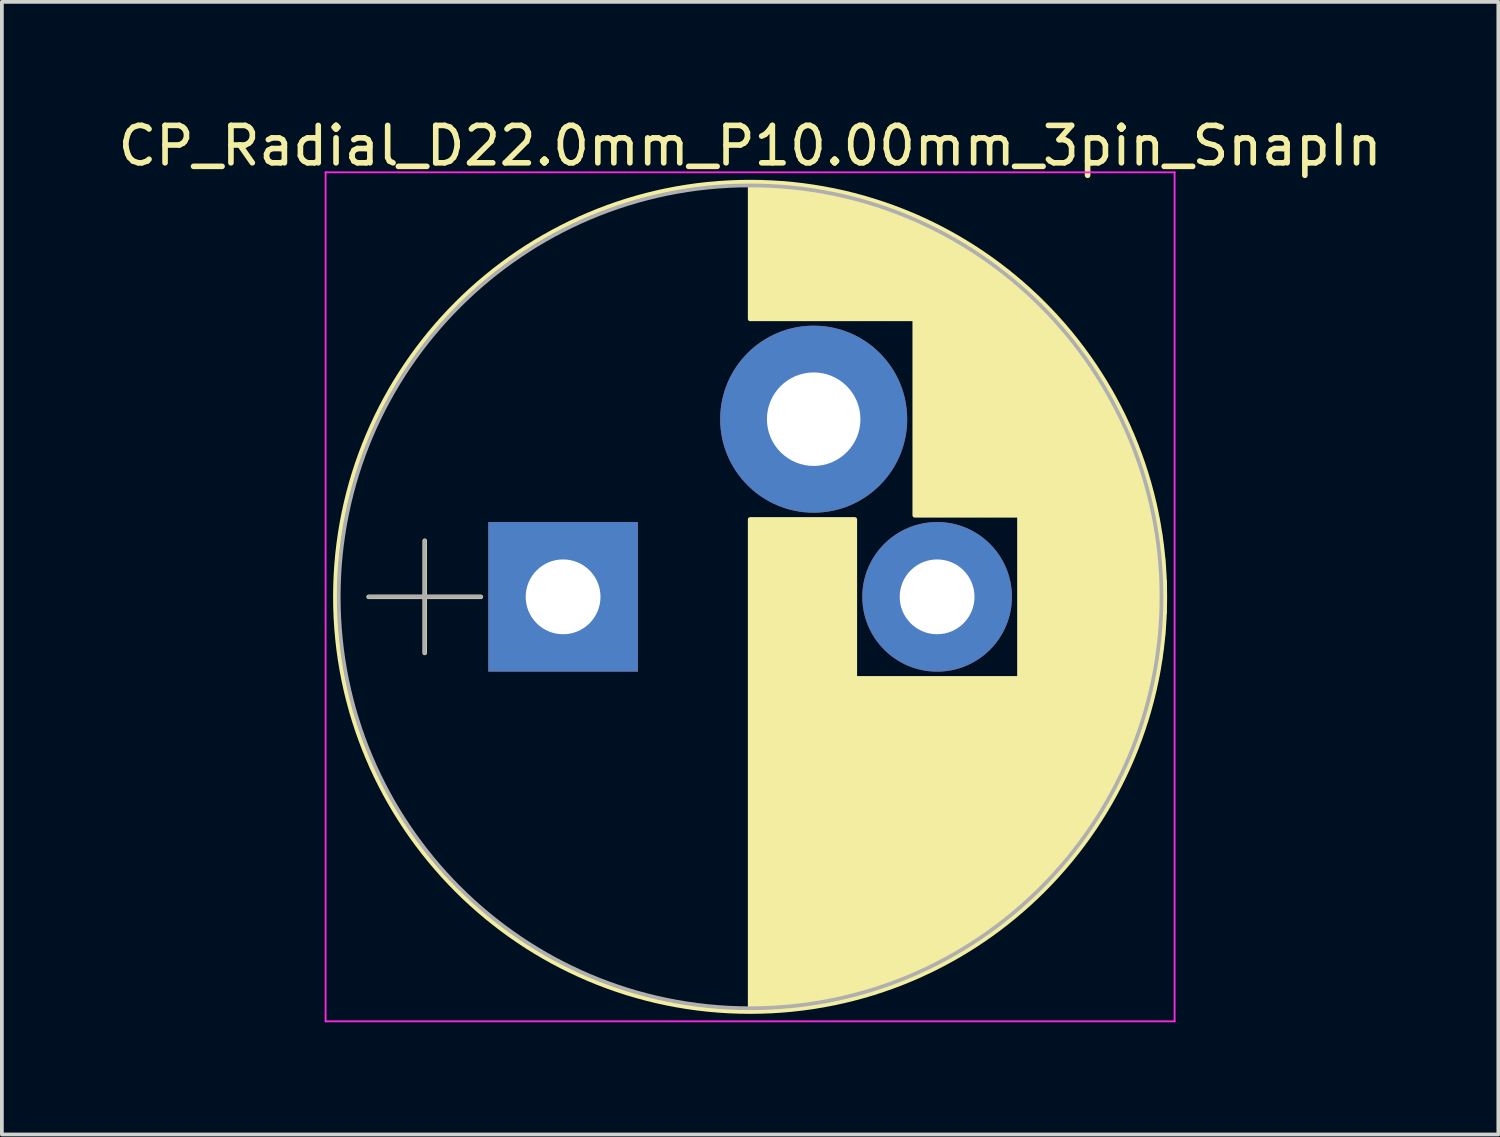
<source format=kicad_pcb>
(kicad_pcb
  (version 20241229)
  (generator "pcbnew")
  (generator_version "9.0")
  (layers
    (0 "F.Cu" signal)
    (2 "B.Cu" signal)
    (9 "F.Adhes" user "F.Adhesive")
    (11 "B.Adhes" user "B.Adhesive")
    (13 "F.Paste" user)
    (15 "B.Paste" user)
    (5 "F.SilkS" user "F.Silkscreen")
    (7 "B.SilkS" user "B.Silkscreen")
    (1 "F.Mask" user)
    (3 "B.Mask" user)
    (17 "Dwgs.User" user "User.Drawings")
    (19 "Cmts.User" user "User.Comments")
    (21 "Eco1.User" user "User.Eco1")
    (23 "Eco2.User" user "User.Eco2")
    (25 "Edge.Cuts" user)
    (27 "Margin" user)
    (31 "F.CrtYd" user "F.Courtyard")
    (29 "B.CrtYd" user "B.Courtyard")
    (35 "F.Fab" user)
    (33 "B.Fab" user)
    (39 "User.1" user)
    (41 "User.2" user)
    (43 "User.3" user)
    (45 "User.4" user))
  (footprint "CP_Radial_D22.0mm_P10.00mm_3pin_SnapIn"
    (layer "F.Cu")
    (at 12.006 12.908)
    (property "Reference" "CP_Radial_D22.0mm_P10.00mm_3pin_SnapIn" (at 5 -12.06 0) (layer "F.SilkS") (effects (font (size 1 1) (thickness 0.15))))
    (attr through_hole)
    (fp_line (start -5.2 0) (end -2.2 0) (stroke (width 0.12) (type solid)) (layer "F.SilkS"))
    (fp_line (start -3.7 -1.5) (end -3.7 1.5) (stroke (width 0.12) (type solid)) (layer "F.SilkS"))
    (fp_line (start 5 -11.05) (end 5 -7.43) (stroke (width 0.12) (type solid)) (layer "F.SilkS"))
    (fp_line (start 5 -2.07) (end 5 11.05) (stroke (width 0.12) (type solid)) (layer "F.SilkS"))
    (fp_line (start 5.04 -11.05) (end 5.04 -7.43) (stroke (width 0.12) (type solid)) (layer "F.SilkS"))
    (fp_line (start 5.04 -2.07) (end 5.04 11.05) (stroke (width 0.12) (type solid)) (layer "F.SilkS"))
    (fp_line (start 5.08 -11.05) (end 5.08 -7.43) (stroke (width 0.12) (type solid)) (layer "F.SilkS"))
    (fp_line (start 5.08 -2.07) (end 5.08 11.05) (stroke (width 0.12) (type solid)) (layer "F.SilkS"))
    (fp_line (start 5.12 -11.05) (end 5.12 -7.43) (stroke (width 0.12) (type solid)) (layer "F.SilkS"))
    (fp_line (start 5.12 -2.07) (end 5.12 11.05) (stroke (width 0.12) (type solid)) (layer "F.SilkS"))
    (fp_line (start 5.16 -11.049) (end 5.16 -7.43) (stroke (width 0.12) (type solid)) (layer "F.SilkS"))
    (fp_line (start 5.16 -2.07) (end 5.16 11.049) (stroke (width 0.12) (type solid)) (layer "F.SilkS"))
    (fp_line (start 5.2 -11.049) (end 5.2 -7.43) (stroke (width 0.12) (type solid)) (layer "F.SilkS"))
    (fp_line (start 5.2 -2.07) (end 5.2 11.049) (stroke (width 0.12) (type solid)) (layer "F.SilkS"))
    (fp_line (start 5.24 -11.048) (end 5.24 -7.43) (stroke (width 0.12) (type solid)) (layer "F.SilkS"))
    (fp_line (start 5.24 -2.07) (end 5.24 11.048) (stroke (width 0.12) (type solid)) (layer "F.SilkS"))
    (fp_line (start 5.28 -11.047) (end 5.28 -7.43) (stroke (width 0.12) (type solid)) (layer "F.SilkS"))
    (fp_line (start 5.28 -2.07) (end 5.28 11.047) (stroke (width 0.12) (type solid)) (layer "F.SilkS"))
    (fp_line (start 5.32 -11.046) (end 5.32 -7.43) (stroke (width 0.12) (type solid)) (layer "F.SilkS"))
    (fp_line (start 5.32 -2.07) (end 5.32 11.046) (stroke (width 0.12) (type solid)) (layer "F.SilkS"))
    (fp_line (start 5.36 -11.045) (end 5.36 -7.43) (stroke (width 0.12) (type solid)) (layer "F.SilkS"))
    (fp_line (start 5.36 -2.07) (end 5.36 11.045) (stroke (width 0.12) (type solid)) (layer "F.SilkS"))
    (fp_line (start 5.4 -11.043) (end 5.4 -7.43) (stroke (width 0.12) (type solid)) (layer "F.SilkS"))
    (fp_line (start 5.4 -2.07) (end 5.4 11.043) (stroke (width 0.12) (type solid)) (layer "F.SilkS"))
    (fp_line (start 5.44 -11.042) (end 5.44 -7.43) (stroke (width 0.12) (type solid)) (layer "F.SilkS"))
    (fp_line (start 5.44 -2.07) (end 5.44 11.042) (stroke (width 0.12) (type solid)) (layer "F.SilkS"))
    (fp_line (start 5.48 -11.04) (end 5.48 -7.43) (stroke (width 0.12) (type solid)) (layer "F.SilkS"))
    (fp_line (start 5.48 -2.07) (end 5.48 11.04) (stroke (width 0.12) (type solid)) (layer "F.SilkS"))
    (fp_line (start 5.52 -11.038) (end 5.52 -7.43) (stroke (width 0.12) (type solid)) (layer "F.SilkS"))
    (fp_line (start 5.52 -2.07) (end 5.52 11.038) (stroke (width 0.12) (type solid)) (layer "F.SilkS"))
    (fp_line (start 5.56 -11.036) (end 5.56 -7.43) (stroke (width 0.12) (type solid)) (layer "F.SilkS"))
    (fp_line (start 5.56 -2.07) (end 5.56 11.036) (stroke (width 0.12) (type solid)) (layer "F.SilkS"))
    (fp_line (start 5.6 -11.034) (end 5.6 -7.43) (stroke (width 0.12) (type solid)) (layer "F.SilkS"))
    (fp_line (start 5.6 -2.07) (end 5.6 11.034) (stroke (width 0.12) (type solid)) (layer "F.SilkS"))
    (fp_line (start 5.64 -11.032) (end 5.64 -7.43) (stroke (width 0.12) (type solid)) (layer "F.SilkS"))
    (fp_line (start 5.64 -2.07) (end 5.64 11.032) (stroke (width 0.12) (type solid)) (layer "F.SilkS"))
    (fp_line (start 5.68 -11.03) (end 5.68 -7.43) (stroke (width 0.12) (type solid)) (layer "F.SilkS"))
    (fp_line (start 5.68 -2.07) (end 5.68 11.03) (stroke (width 0.12) (type solid)) (layer "F.SilkS"))
    (fp_line (start 5.721 -11.027) (end 5.721 -7.43) (stroke (width 0.12) (type solid)) (layer "F.SilkS"))
    (fp_line (start 5.721 -2.07) (end 5.721 11.027) (stroke (width 0.12) (type solid)) (layer "F.SilkS"))
    (fp_line (start 5.761 -11.024) (end 5.761 -7.43) (stroke (width 0.12) (type solid)) (layer "F.SilkS"))
    (fp_line (start 5.761 -2.07) (end 5.761 11.024) (stroke (width 0.12) (type solid)) (layer "F.SilkS"))
    (fp_line (start 5.801 -11.022) (end 5.801 -7.43) (stroke (width 0.12) (type solid)) (layer "F.SilkS"))
    (fp_line (start 5.801 -2.07) (end 5.801 11.022) (stroke (width 0.12) (type solid)) (layer "F.SilkS"))
    (fp_line (start 5.841 -11.019) (end 5.841 -7.43) (stroke (width 0.12) (type solid)) (layer "F.SilkS"))
    (fp_line (start 5.841 -2.07) (end 5.841 11.019) (stroke (width 0.12) (type solid)) (layer "F.SilkS"))
    (fp_line (start 5.881 -11.016) (end 5.881 -7.43) (stroke (width 0.12) (type solid)) (layer "F.SilkS"))
    (fp_line (start 5.881 -2.07) (end 5.881 11.016) (stroke (width 0.12) (type solid)) (layer "F.SilkS"))
    (fp_line (start 5.921 -11.012) (end 5.921 -7.43) (stroke (width 0.12) (type solid)) (layer "F.SilkS"))
    (fp_line (start 5.921 -2.07) (end 5.921 11.012) (stroke (width 0.12) (type solid)) (layer "F.SilkS"))
    (fp_line (start 5.961 -11.009) (end 5.961 -7.43) (stroke (width 0.12) (type solid)) (layer "F.SilkS"))
    (fp_line (start 5.961 -2.07) (end 5.961 11.009) (stroke (width 0.12) (type solid)) (layer "F.SilkS"))
    (fp_line (start 6.001 -11.005) (end 6.001 -7.43) (stroke (width 0.12) (type solid)) (layer "F.SilkS"))
    (fp_line (start 6.001 -2.07) (end 6.001 11.005) (stroke (width 0.12) (type solid)) (layer "F.SilkS"))
    (fp_line (start 6.041 -11.002) (end 6.041 -7.43) (stroke (width 0.12) (type solid)) (layer "F.SilkS"))
    (fp_line (start 6.041 -2.07) (end 6.041 11.002) (stroke (width 0.12) (type solid)) (layer "F.SilkS"))
    (fp_line (start 6.081 -10.998) (end 6.081 -7.43) (stroke (width 0.12) (type solid)) (layer "F.SilkS"))
    (fp_line (start 6.081 -2.07) (end 6.081 10.998) (stroke (width 0.12) (type solid)) (layer "F.SilkS"))
    (fp_line (start 6.121 -10.994) (end 6.121 -7.43) (stroke (width 0.12) (type solid)) (layer "F.SilkS"))
    (fp_line (start 6.121 -2.07) (end 6.121 10.994) (stroke (width 0.12) (type solid)) (layer "F.SilkS"))
    (fp_line (start 6.161 -10.99) (end 6.161 -7.43) (stroke (width 0.12) (type solid)) (layer "F.SilkS"))
    (fp_line (start 6.161 -2.07) (end 6.161 10.99) (stroke (width 0.12) (type solid)) (layer "F.SilkS"))
    (fp_line (start 6.201 -10.985) (end 6.201 -7.43) (stroke (width 0.12) (type solid)) (layer "F.SilkS"))
    (fp_line (start 6.201 -2.07) (end 6.201 10.985) (stroke (width 0.12) (type solid)) (layer "F.SilkS"))
    (fp_line (start 6.241 -10.981) (end 6.241 -7.43) (stroke (width 0.12) (type solid)) (layer "F.SilkS"))
    (fp_line (start 6.241 -2.07) (end 6.241 10.981) (stroke (width 0.12) (type solid)) (layer "F.SilkS"))
    (fp_line (start 6.281 -10.976) (end 6.281 -7.43) (stroke (width 0.12) (type solid)) (layer "F.SilkS"))
    (fp_line (start 6.281 -2.07) (end 6.281 10.976) (stroke (width 0.12) (type solid)) (layer "F.SilkS"))
    (fp_line (start 6.321 -10.972) (end 6.321 -7.43) (stroke (width 0.12) (type solid)) (layer "F.SilkS"))
    (fp_line (start 6.321 -2.07) (end 6.321 10.972) (stroke (width 0.12) (type solid)) (layer "F.SilkS"))
    (fp_line (start 6.361 -10.967) (end 6.361 -7.43) (stroke (width 0.12) (type solid)) (layer "F.SilkS"))
    (fp_line (start 6.361 -2.07) (end 6.361 10.967) (stroke (width 0.12) (type solid)) (layer "F.SilkS"))
    (fp_line (start 6.401 -10.962) (end 6.401 -7.43) (stroke (width 0.12) (type solid)) (layer "F.SilkS"))
    (fp_line (start 6.401 -2.07) (end 6.401 10.962) (stroke (width 0.12) (type solid)) (layer "F.SilkS"))
    (fp_line (start 6.441 -10.957) (end 6.441 -7.43) (stroke (width 0.12) (type solid)) (layer "F.SilkS"))
    (fp_line (start 6.441 -2.07) (end 6.441 10.957) (stroke (width 0.12) (type solid)) (layer "F.SilkS"))
    (fp_line (start 6.481 -10.951) (end 6.481 -7.43) (stroke (width 0.12) (type solid)) (layer "F.SilkS"))
    (fp_line (start 6.481 -2.07) (end 6.481 10.951) (stroke (width 0.12) (type solid)) (layer "F.SilkS"))
    (fp_line (start 6.521 -10.946) (end 6.521 -7.43) (stroke (width 0.12) (type solid)) (layer "F.SilkS"))
    (fp_line (start 6.521 -2.07) (end 6.521 10.946) (stroke (width 0.12) (type solid)) (layer "F.SilkS"))
    (fp_line (start 6.561 -10.94) (end 6.561 -7.43) (stroke (width 0.12) (type solid)) (layer "F.SilkS"))
    (fp_line (start 6.561 -2.07) (end 6.561 10.94) (stroke (width 0.12) (type solid)) (layer "F.SilkS"))
    (fp_line (start 6.601 -10.934) (end 6.601 -7.43) (stroke (width 0.12) (type solid)) (layer "F.SilkS"))
    (fp_line (start 6.601 -2.07) (end 6.601 10.934) (stroke (width 0.12) (type solid)) (layer "F.SilkS"))
    (fp_line (start 6.641 -10.929) (end 6.641 -7.43) (stroke (width 0.12) (type solid)) (layer "F.SilkS"))
    (fp_line (start 6.641 -2.07) (end 6.641 10.929) (stroke (width 0.12) (type solid)) (layer "F.SilkS"))
    (fp_line (start 6.681 -10.923) (end 6.681 -7.43) (stroke (width 0.12) (type solid)) (layer "F.SilkS"))
    (fp_line (start 6.681 -2.07) (end 6.681 10.923) (stroke (width 0.12) (type solid)) (layer "F.SilkS"))
    (fp_line (start 6.721 -10.916) (end 6.721 -7.43) (stroke (width 0.12) (type solid)) (layer "F.SilkS"))
    (fp_line (start 6.721 -2.07) (end 6.721 10.916) (stroke (width 0.12) (type solid)) (layer "F.SilkS"))
    (fp_line (start 6.761 -10.91) (end 6.761 -7.43) (stroke (width 0.12) (type solid)) (layer "F.SilkS"))
    (fp_line (start 6.761 -2.07) (end 6.761 10.91) (stroke (width 0.12) (type solid)) (layer "F.SilkS"))
    (fp_line (start 6.801 -10.903) (end 6.801 -7.43) (stroke (width 0.12) (type solid)) (layer "F.SilkS"))
    (fp_line (start 6.801 -2.07) (end 6.801 10.903) (stroke (width 0.12) (type solid)) (layer "F.SilkS"))
    (fp_line (start 6.841 -10.897) (end 6.841 -7.43) (stroke (width 0.12) (type solid)) (layer "F.SilkS"))
    (fp_line (start 6.841 -2.07) (end 6.841 10.897) (stroke (width 0.12) (type solid)) (layer "F.SilkS"))
    (fp_line (start 6.881 -10.89) (end 6.881 -7.43) (stroke (width 0.12) (type solid)) (layer "F.SilkS"))
    (fp_line (start 6.881 -2.07) (end 6.881 10.89) (stroke (width 0.12) (type solid)) (layer "F.SilkS"))
    (fp_line (start 6.921 -10.883) (end 6.921 -7.43) (stroke (width 0.12) (type solid)) (layer "F.SilkS"))
    (fp_line (start 6.921 -2.07) (end 6.921 10.883) (stroke (width 0.12) (type solid)) (layer "F.SilkS"))
    (fp_line (start 6.961 -10.876) (end 6.961 -7.43) (stroke (width 0.12) (type solid)) (layer "F.SilkS"))
    (fp_line (start 6.961 -2.07) (end 6.961 10.876) (stroke (width 0.12) (type solid)) (layer "F.SilkS"))
    (fp_line (start 7.001 -10.869) (end 7.001 -7.43) (stroke (width 0.12) (type solid)) (layer "F.SilkS"))
    (fp_line (start 7.001 -2.07) (end 7.001 10.869) (stroke (width 0.12) (type solid)) (layer "F.SilkS"))
    (fp_line (start 7.041 -10.861) (end 7.041 -7.43) (stroke (width 0.12) (type solid)) (layer "F.SilkS"))
    (fp_line (start 7.041 -2.07) (end 7.041 10.861) (stroke (width 0.12) (type solid)) (layer "F.SilkS"))
    (fp_line (start 7.081 -10.854) (end 7.081 -7.43) (stroke (width 0.12) (type solid)) (layer "F.SilkS"))
    (fp_line (start 7.081 -2.07) (end 7.081 10.854) (stroke (width 0.12) (type solid)) (layer "F.SilkS"))
    (fp_line (start 7.121 -10.846) (end 7.121 -7.43) (stroke (width 0.12) (type solid)) (layer "F.SilkS"))
    (fp_line (start 7.121 -2.07) (end 7.121 10.846) (stroke (width 0.12) (type solid)) (layer "F.SilkS"))
    (fp_line (start 7.161 -10.838) (end 7.161 -7.43) (stroke (width 0.12) (type solid)) (layer "F.SilkS"))
    (fp_line (start 7.161 -2.07) (end 7.161 10.838) (stroke (width 0.12) (type solid)) (layer "F.SilkS"))
    (fp_line (start 7.201 -10.83) (end 7.201 -7.43) (stroke (width 0.12) (type solid)) (layer "F.SilkS"))
    (fp_line (start 7.201 -2.07) (end 7.201 10.83) (stroke (width 0.12) (type solid)) (layer "F.SilkS"))
    (fp_line (start 7.241 -10.822) (end 7.241 -7.43) (stroke (width 0.12) (type solid)) (layer "F.SilkS"))
    (fp_line (start 7.241 -2.07) (end 7.241 10.822) (stroke (width 0.12) (type solid)) (layer "F.SilkS"))
    (fp_line (start 7.281 -10.814) (end 7.281 -7.43) (stroke (width 0.12) (type solid)) (layer "F.SilkS"))
    (fp_line (start 7.281 -2.07) (end 7.281 10.814) (stroke (width 0.12) (type solid)) (layer "F.SilkS"))
    (fp_line (start 7.321 -10.805) (end 7.321 -7.43) (stroke (width 0.12) (type solid)) (layer "F.SilkS"))
    (fp_line (start 7.321 -2.07) (end 7.321 10.805) (stroke (width 0.12) (type solid)) (layer "F.SilkS"))
    (fp_line (start 7.361 -10.796) (end 7.361 -7.43) (stroke (width 0.12) (type solid)) (layer "F.SilkS"))
    (fp_line (start 7.361 -2.07) (end 7.361 10.796) (stroke (width 0.12) (type solid)) (layer "F.SilkS"))
    (fp_line (start 7.401 -10.788) (end 7.401 -7.43) (stroke (width 0.12) (type solid)) (layer "F.SilkS"))
    (fp_line (start 7.401 -2.07) (end 7.401 10.788) (stroke (width 0.12) (type solid)) (layer "F.SilkS"))
    (fp_line (start 7.441 -10.779) (end 7.441 -7.43) (stroke (width 0.12) (type solid)) (layer "F.SilkS"))
    (fp_line (start 7.441 -2.07) (end 7.441 10.779) (stroke (width 0.12) (type solid)) (layer "F.SilkS"))
    (fp_line (start 7.481 -10.77) (end 7.481 -7.43) (stroke (width 0.12) (type solid)) (layer "F.SilkS"))
    (fp_line (start 7.481 -2.07) (end 7.481 10.77) (stroke (width 0.12) (type solid)) (layer "F.SilkS"))
    (fp_line (start 7.521 -10.76) (end 7.521 -7.43) (stroke (width 0.12) (type solid)) (layer "F.SilkS"))
    (fp_line (start 7.521 -2.07) (end 7.521 10.76) (stroke (width 0.12) (type solid)) (layer "F.SilkS"))
    (fp_line (start 7.561 -10.751) (end 7.561 -7.43) (stroke (width 0.12) (type solid)) (layer "F.SilkS"))
    (fp_line (start 7.561 -2.07) (end 7.561 10.751) (stroke (width 0.12) (type solid)) (layer "F.SilkS"))
    (fp_line (start 7.601 -10.741) (end 7.601 -7.43) (stroke (width 0.12) (type solid)) (layer "F.SilkS"))
    (fp_line (start 7.601 -2.07) (end 7.601 10.741) (stroke (width 0.12) (type solid)) (layer "F.SilkS"))
    (fp_line (start 7.641 -10.732) (end 7.641 -7.43) (stroke (width 0.12) (type solid)) (layer "F.SilkS"))
    (fp_line (start 7.641 -2.07) (end 7.641 10.732) (stroke (width 0.12) (type solid)) (layer "F.SilkS"))
    (fp_line (start 7.681 -10.722) (end 7.681 -7.43) (stroke (width 0.12) (type solid)) (layer "F.SilkS"))
    (fp_line (start 7.681 -2.07) (end 7.681 10.722) (stroke (width 0.12) (type solid)) (layer "F.SilkS"))
    (fp_line (start 7.721 -10.712) (end 7.721 -7.43) (stroke (width 0.12) (type solid)) (layer "F.SilkS"))
    (fp_line (start 7.721 -2.07) (end 7.721 10.712) (stroke (width 0.12) (type solid)) (layer "F.SilkS"))
    (fp_line (start 7.761 -10.702) (end 7.761 -7.43) (stroke (width 0.12) (type solid)) (layer "F.SilkS"))
    (fp_line (start 7.761 -2.07) (end 7.761 10.702) (stroke (width 0.12) (type solid)) (layer "F.SilkS"))
    (fp_line (start 7.801 -10.691) (end 7.801 -7.43) (stroke (width 0.12) (type solid)) (layer "F.SilkS"))
    (fp_line (start 7.801 -2.07) (end 7.801 10.691) (stroke (width 0.12) (type solid)) (layer "F.SilkS"))
    (fp_line (start 7.841 -10.681) (end 7.841 -7.43) (stroke (width 0.12) (type solid)) (layer "F.SilkS"))
    (fp_line (start 7.841 2.18) (end 7.841 10.681) (stroke (width 0.12) (type solid)) (layer "F.SilkS"))
    (fp_line (start 7.881 -10.67) (end 7.881 -7.43) (stroke (width 0.12) (type solid)) (layer "F.SilkS"))
    (fp_line (start 7.881 2.18) (end 7.881 10.67) (stroke (width 0.12) (type solid)) (layer "F.SilkS"))
    (fp_line (start 7.921 -10.659) (end 7.921 -7.43) (stroke (width 0.12) (type solid)) (layer "F.SilkS"))
    (fp_line (start 7.921 2.18) (end 7.921 10.659) (stroke (width 0.12) (type solid)) (layer "F.SilkS"))
    (fp_line (start 7.961 -10.648) (end 7.961 -7.43) (stroke (width 0.12) (type solid)) (layer "F.SilkS"))
    (fp_line (start 7.961 2.18) (end 7.961 10.648) (stroke (width 0.12) (type solid)) (layer "F.SilkS"))
    (fp_line (start 8.001 -10.637) (end 8.001 -7.43) (stroke (width 0.12) (type solid)) (layer "F.SilkS"))
    (fp_line (start 8.001 2.18) (end 8.001 10.637) (stroke (width 0.12) (type solid)) (layer "F.SilkS"))
    (fp_line (start 8.041 -10.626) (end 8.041 -7.43) (stroke (width 0.12) (type solid)) (layer "F.SilkS"))
    (fp_line (start 8.041 2.18) (end 8.041 10.626) (stroke (width 0.12) (type solid)) (layer "F.SilkS"))
    (fp_line (start 8.081 -10.614) (end 8.081 -7.43) (stroke (width 0.12) (type solid)) (layer "F.SilkS"))
    (fp_line (start 8.081 2.18) (end 8.081 10.614) (stroke (width 0.12) (type solid)) (layer "F.SilkS"))
    (fp_line (start 8.121 -10.603) (end 8.121 -7.43) (stroke (width 0.12) (type solid)) (layer "F.SilkS"))
    (fp_line (start 8.121 2.18) (end 8.121 10.603) (stroke (width 0.12) (type solid)) (layer "F.SilkS"))
    (fp_line (start 8.161 -10.591) (end 8.161 -7.43) (stroke (width 0.12) (type solid)) (layer "F.SilkS"))
    (fp_line (start 8.161 2.18) (end 8.161 10.591) (stroke (width 0.12) (type solid)) (layer "F.SilkS"))
    (fp_line (start 8.201 -10.579) (end 8.201 -7.43) (stroke (width 0.12) (type solid)) (layer "F.SilkS"))
    (fp_line (start 8.201 2.18) (end 8.201 10.579) (stroke (width 0.12) (type solid)) (layer "F.SilkS"))
    (fp_line (start 8.241 -10.567) (end 8.241 -7.43) (stroke (width 0.12) (type solid)) (layer "F.SilkS"))
    (fp_line (start 8.241 2.18) (end 8.241 10.567) (stroke (width 0.12) (type solid)) (layer "F.SilkS"))
    (fp_line (start 8.281 -10.554) (end 8.281 -7.43) (stroke (width 0.12) (type solid)) (layer "F.SilkS"))
    (fp_line (start 8.281 2.18) (end 8.281 10.554) (stroke (width 0.12) (type solid)) (layer "F.SilkS"))
    (fp_line (start 8.321 -10.542) (end 8.321 -7.43) (stroke (width 0.12) (type solid)) (layer "F.SilkS"))
    (fp_line (start 8.321 2.18) (end 8.321 10.542) (stroke (width 0.12) (type solid)) (layer "F.SilkS"))
    (fp_line (start 8.361 -10.529) (end 8.361 -7.43) (stroke (width 0.12) (type solid)) (layer "F.SilkS"))
    (fp_line (start 8.361 2.18) (end 8.361 10.529) (stroke (width 0.12) (type solid)) (layer "F.SilkS"))
    (fp_line (start 8.401 -10.516) (end 8.401 -7.43) (stroke (width 0.12) (type solid)) (layer "F.SilkS"))
    (fp_line (start 8.401 2.18) (end 8.401 10.516) (stroke (width 0.12) (type solid)) (layer "F.SilkS"))
    (fp_line (start 8.441 -10.503) (end 8.441 -7.43) (stroke (width 0.12) (type solid)) (layer "F.SilkS"))
    (fp_line (start 8.441 2.18) (end 8.441 10.503) (stroke (width 0.12) (type solid)) (layer "F.SilkS"))
    (fp_line (start 8.481 -10.49) (end 8.481 -7.43) (stroke (width 0.12) (type solid)) (layer "F.SilkS"))
    (fp_line (start 8.481 2.18) (end 8.481 10.49) (stroke (width 0.12) (type solid)) (layer "F.SilkS"))
    (fp_line (start 8.521 -10.477) (end 8.521 -7.43) (stroke (width 0.12) (type solid)) (layer "F.SilkS"))
    (fp_line (start 8.521 2.18) (end 8.521 10.477) (stroke (width 0.12) (type solid)) (layer "F.SilkS"))
    (fp_line (start 8.561 -10.464) (end 8.561 -7.43) (stroke (width 0.12) (type solid)) (layer "F.SilkS"))
    (fp_line (start 8.561 2.18) (end 8.561 10.464) (stroke (width 0.12) (type solid)) (layer "F.SilkS"))
    (fp_line (start 8.601 -10.45) (end 8.601 -7.43) (stroke (width 0.12) (type solid)) (layer "F.SilkS"))
    (fp_line (start 8.601 2.18) (end 8.601 10.45) (stroke (width 0.12) (type solid)) (layer "F.SilkS"))
    (fp_line (start 8.641 -10.436) (end 8.641 -7.43) (stroke (width 0.12) (type solid)) (layer "F.SilkS"))
    (fp_line (start 8.641 2.18) (end 8.641 10.436) (stroke (width 0.12) (type solid)) (layer "F.SilkS"))
    (fp_line (start 8.681 -10.422) (end 8.681 -7.43) (stroke (width 0.12) (type solid)) (layer "F.SilkS"))
    (fp_line (start 8.681 2.18) (end 8.681 10.422) (stroke (width 0.12) (type solid)) (layer "F.SilkS"))
    (fp_line (start 8.721 -10.408) (end 8.721 -7.43) (stroke (width 0.12) (type solid)) (layer "F.SilkS"))
    (fp_line (start 8.721 2.18) (end 8.721 10.408) (stroke (width 0.12) (type solid)) (layer "F.SilkS"))
    (fp_line (start 8.761 -10.394) (end 8.761 -7.43) (stroke (width 0.12) (type solid)) (layer "F.SilkS"))
    (fp_line (start 8.761 2.18) (end 8.761 10.394) (stroke (width 0.12) (type solid)) (layer "F.SilkS"))
    (fp_line (start 8.801 -10.379) (end 8.801 -7.43) (stroke (width 0.12) (type solid)) (layer "F.SilkS"))
    (fp_line (start 8.801 2.18) (end 8.801 10.379) (stroke (width 0.12) (type solid)) (layer "F.SilkS"))
    (fp_line (start 8.841 -10.364) (end 8.841 -7.43) (stroke (width 0.12) (type solid)) (layer "F.SilkS"))
    (fp_line (start 8.841 2.18) (end 8.841 10.364) (stroke (width 0.12) (type solid)) (layer "F.SilkS"))
    (fp_line (start 8.881 -10.35) (end 8.881 -7.43) (stroke (width 0.12) (type solid)) (layer "F.SilkS"))
    (fp_line (start 8.881 2.18) (end 8.881 10.35) (stroke (width 0.12) (type solid)) (layer "F.SilkS"))
    (fp_line (start 8.921 -10.335) (end 8.921 -7.43) (stroke (width 0.12) (type solid)) (layer "F.SilkS"))
    (fp_line (start 8.921 2.18) (end 8.921 10.335) (stroke (width 0.12) (type solid)) (layer "F.SilkS"))
    (fp_line (start 8.961 -10.319) (end 8.961 -7.43) (stroke (width 0.12) (type solid)) (layer "F.SilkS"))
    (fp_line (start 8.961 2.18) (end 8.961 10.319) (stroke (width 0.12) (type solid)) (layer "F.SilkS"))
    (fp_line (start 9.001 -10.304) (end 9.001 -7.43) (stroke (width 0.12) (type solid)) (layer "F.SilkS"))
    (fp_line (start 9.001 2.18) (end 9.001 10.304) (stroke (width 0.12) (type solid)) (layer "F.SilkS"))
    (fp_line (start 9.041 -10.288) (end 9.041 -7.43) (stroke (width 0.12) (type solid)) (layer "F.SilkS"))
    (fp_line (start 9.041 2.18) (end 9.041 10.288) (stroke (width 0.12) (type solid)) (layer "F.SilkS"))
    (fp_line (start 9.081 -10.273) (end 9.081 -7.43) (stroke (width 0.12) (type solid)) (layer "F.SilkS"))
    (fp_line (start 9.081 2.18) (end 9.081 10.273) (stroke (width 0.12) (type solid)) (layer "F.SilkS"))
    (fp_line (start 9.121 -10.257) (end 9.121 -7.43) (stroke (width 0.12) (type solid)) (layer "F.SilkS"))
    (fp_line (start 9.121 2.18) (end 9.121 10.257) (stroke (width 0.12) (type solid)) (layer "F.SilkS"))
    (fp_line (start 9.161 -10.241) (end 9.161 -7.43) (stroke (width 0.12) (type solid)) (layer "F.SilkS"))
    (fp_line (start 9.161 2.18) (end 9.161 10.241) (stroke (width 0.12) (type solid)) (layer "F.SilkS"))
    (fp_line (start 9.201 -10.224) (end 9.201 -7.43) (stroke (width 0.12) (type solid)) (layer "F.SilkS"))
    (fp_line (start 9.201 2.18) (end 9.201 10.224) (stroke (width 0.12) (type solid)) (layer "F.SilkS"))
    (fp_line (start 9.241 -10.208) (end 9.241 -7.43) (stroke (width 0.12) (type solid)) (layer "F.SilkS"))
    (fp_line (start 9.241 2.18) (end 9.241 10.208) (stroke (width 0.12) (type solid)) (layer "F.SilkS"))
    (fp_line (start 9.281 -10.191) (end 9.281 -7.43) (stroke (width 0.12) (type solid)) (layer "F.SilkS"))
    (fp_line (start 9.281 2.18) (end 9.281 10.191) (stroke (width 0.12) (type solid)) (layer "F.SilkS"))
    (fp_line (start 9.321 -10.174) (end 9.321 -7.43) (stroke (width 0.12) (type solid)) (layer "F.SilkS"))
    (fp_line (start 9.321 2.18) (end 9.321 10.174) (stroke (width 0.12) (type solid)) (layer "F.SilkS"))
    (fp_line (start 9.361 -10.157) (end 9.361 -7.43) (stroke (width 0.12) (type solid)) (layer "F.SilkS"))
    (fp_line (start 9.361 2.18) (end 9.361 10.157) (stroke (width 0.12) (type solid)) (layer "F.SilkS"))
    (fp_line (start 9.401 -10.14) (end 9.401 -2.18) (stroke (width 0.12) (type solid)) (layer "F.SilkS"))
    (fp_line (start 9.401 2.18) (end 9.401 10.14) (stroke (width 0.12) (type solid)) (layer "F.SilkS"))
    (fp_line (start 9.441 -10.123) (end 9.441 -2.18) (stroke (width 0.12) (type solid)) (layer "F.SilkS"))
    (fp_line (start 9.441 2.18) (end 9.441 10.123) (stroke (width 0.12) (type solid)) (layer "F.SilkS"))
    (fp_line (start 9.481 -10.105) (end 9.481 -2.18) (stroke (width 0.12) (type solid)) (layer "F.SilkS"))
    (fp_line (start 9.481 2.18) (end 9.481 10.105) (stroke (width 0.12) (type solid)) (layer "F.SilkS"))
    (fp_line (start 9.521 -10.088) (end 9.521 -2.18) (stroke (width 0.12) (type solid)) (layer "F.SilkS"))
    (fp_line (start 9.521 2.18) (end 9.521 10.088) (stroke (width 0.12) (type solid)) (layer "F.SilkS"))
    (fp_line (start 9.561 -10.07) (end 9.561 -2.18) (stroke (width 0.12) (type solid)) (layer "F.SilkS"))
    (fp_line (start 9.561 2.18) (end 9.561 10.07) (stroke (width 0.12) (type solid)) (layer "F.SilkS"))
    (fp_line (start 9.601 -10.051) (end 9.601 -2.18) (stroke (width 0.12) (type solid)) (layer "F.SilkS"))
    (fp_line (start 9.601 2.18) (end 9.601 10.051) (stroke (width 0.12) (type solid)) (layer "F.SilkS"))
    (fp_line (start 9.641 -10.033) (end 9.641 -2.18) (stroke (width 0.12) (type solid)) (layer "F.SilkS"))
    (fp_line (start 9.641 2.18) (end 9.641 10.033) (stroke (width 0.12) (type solid)) (layer "F.SilkS"))
    (fp_line (start 9.681 -10.015) (end 9.681 -2.18) (stroke (width 0.12) (type solid)) (layer "F.SilkS"))
    (fp_line (start 9.681 2.18) (end 9.681 10.015) (stroke (width 0.12) (type solid)) (layer "F.SilkS"))
    (fp_line (start 9.721 -9.996) (end 9.721 -2.18) (stroke (width 0.12) (type solid)) (layer "F.SilkS"))
    (fp_line (start 9.721 2.18) (end 9.721 9.996) (stroke (width 0.12) (type solid)) (layer "F.SilkS"))
    (fp_line (start 9.761 -9.977) (end 9.761 -2.18) (stroke (width 0.12) (type solid)) (layer "F.SilkS"))
    (fp_line (start 9.761 2.18) (end 9.761 9.977) (stroke (width 0.12) (type solid)) (layer "F.SilkS"))
    (fp_line (start 9.801 -9.958) (end 9.801 -2.18) (stroke (width 0.12) (type solid)) (layer "F.SilkS"))
    (fp_line (start 9.801 2.18) (end 9.801 9.958) (stroke (width 0.12) (type solid)) (layer "F.SilkS"))
    (fp_line (start 9.841 -9.939) (end 9.841 -2.18) (stroke (width 0.12) (type solid)) (layer "F.SilkS"))
    (fp_line (start 9.841 2.18) (end 9.841 9.939) (stroke (width 0.12) (type solid)) (layer "F.SilkS"))
    (fp_line (start 9.881 -9.919) (end 9.881 -2.18) (stroke (width 0.12) (type solid)) (layer "F.SilkS"))
    (fp_line (start 9.881 2.18) (end 9.881 9.919) (stroke (width 0.12) (type solid)) (layer "F.SilkS"))
    (fp_line (start 9.921 -9.899) (end 9.921 -2.18) (stroke (width 0.12) (type solid)) (layer "F.SilkS"))
    (fp_line (start 9.921 2.18) (end 9.921 9.899) (stroke (width 0.12) (type solid)) (layer "F.SilkS"))
    (fp_line (start 9.961 -9.879) (end 9.961 -2.18) (stroke (width 0.12) (type solid)) (layer "F.SilkS"))
    (fp_line (start 9.961 2.18) (end 9.961 9.879) (stroke (width 0.12) (type solid)) (layer "F.SilkS"))
    (fp_line (start 10.001 -9.859) (end 10.001 -2.18) (stroke (width 0.12) (type solid)) (layer "F.SilkS"))
    (fp_line (start 10.001 2.18) (end 10.001 9.859) (stroke (width 0.12) (type solid)) (layer "F.SilkS"))
    (fp_line (start 10.041 -9.839) (end 10.041 -2.18) (stroke (width 0.12) (type solid)) (layer "F.SilkS"))
    (fp_line (start 10.041 2.18) (end 10.041 9.839) (stroke (width 0.12) (type solid)) (layer "F.SilkS"))
    (fp_line (start 10.081 -9.819) (end 10.081 -2.18) (stroke (width 0.12) (type solid)) (layer "F.SilkS"))
    (fp_line (start 10.081 2.18) (end 10.081 9.819) (stroke (width 0.12) (type solid)) (layer "F.SilkS"))
    (fp_line (start 10.121 -9.798) (end 10.121 -2.18) (stroke (width 0.12) (type solid)) (layer "F.SilkS"))
    (fp_line (start 10.121 2.18) (end 10.121 9.798) (stroke (width 0.12) (type solid)) (layer "F.SilkS"))
    (fp_line (start 10.161 -9.777) (end 10.161 -2.18) (stroke (width 0.12) (type solid)) (layer "F.SilkS"))
    (fp_line (start 10.161 2.18) (end 10.161 9.777) (stroke (width 0.12) (type solid)) (layer "F.SilkS"))
    (fp_line (start 10.201 -9.756) (end 10.201 -2.18) (stroke (width 0.12) (type solid)) (layer "F.SilkS"))
    (fp_line (start 10.201 2.18) (end 10.201 9.756) (stroke (width 0.12) (type solid)) (layer "F.SilkS"))
    (fp_line (start 10.241 -9.734) (end 10.241 -2.18) (stroke (width 0.12) (type solid)) (layer "F.SilkS"))
    (fp_line (start 10.241 2.18) (end 10.241 9.734) (stroke (width 0.12) (type solid)) (layer "F.SilkS"))
    (fp_line (start 10.281 -9.713) (end 10.281 -2.18) (stroke (width 0.12) (type solid)) (layer "F.SilkS"))
    (fp_line (start 10.281 2.18) (end 10.281 9.713) (stroke (width 0.12) (type solid)) (layer "F.SilkS"))
    (fp_line (start 10.321 -9.691) (end 10.321 -2.18) (stroke (width 0.12) (type solid)) (layer "F.SilkS"))
    (fp_line (start 10.321 2.18) (end 10.321 9.691) (stroke (width 0.12) (type solid)) (layer "F.SilkS"))
    (fp_line (start 10.361 -9.669) (end 10.361 -2.18) (stroke (width 0.12) (type solid)) (layer "F.SilkS"))
    (fp_line (start 10.361 2.18) (end 10.361 9.669) (stroke (width 0.12) (type solid)) (layer "F.SilkS"))
    (fp_line (start 10.401 -9.647) (end 10.401 -2.18) (stroke (width 0.12) (type solid)) (layer "F.SilkS"))
    (fp_line (start 10.401 2.18) (end 10.401 9.647) (stroke (width 0.12) (type solid)) (layer "F.SilkS"))
    (fp_line (start 10.441 -9.625) (end 10.441 -2.18) (stroke (width 0.12) (type solid)) (layer "F.SilkS"))
    (fp_line (start 10.441 2.18) (end 10.441 9.625) (stroke (width 0.12) (type solid)) (layer "F.SilkS"))
    (fp_line (start 10.481 -9.602) (end 10.481 -2.18) (stroke (width 0.12) (type solid)) (layer "F.SilkS"))
    (fp_line (start 10.481 2.18) (end 10.481 9.602) (stroke (width 0.12) (type solid)) (layer "F.SilkS"))
    (fp_line (start 10.521 -9.579) (end 10.521 -2.18) (stroke (width 0.12) (type solid)) (layer "F.SilkS"))
    (fp_line (start 10.521 2.18) (end 10.521 9.579) (stroke (width 0.12) (type solid)) (layer "F.SilkS"))
    (fp_line (start 10.561 -9.556) (end 10.561 -2.18) (stroke (width 0.12) (type solid)) (layer "F.SilkS"))
    (fp_line (start 10.561 2.18) (end 10.561 9.556) (stroke (width 0.12) (type solid)) (layer "F.SilkS"))
    (fp_line (start 10.601 -9.533) (end 10.601 -2.18) (stroke (width 0.12) (type solid)) (layer "F.SilkS"))
    (fp_line (start 10.601 2.18) (end 10.601 9.533) (stroke (width 0.12) (type solid)) (layer "F.SilkS"))
    (fp_line (start 10.641 -9.509) (end 10.641 -2.18) (stroke (width 0.12) (type solid)) (layer "F.SilkS"))
    (fp_line (start 10.641 2.18) (end 10.641 9.509) (stroke (width 0.12) (type solid)) (layer "F.SilkS"))
    (fp_line (start 10.681 -9.486) (end 10.681 -2.18) (stroke (width 0.12) (type solid)) (layer "F.SilkS"))
    (fp_line (start 10.681 2.18) (end 10.681 9.486) (stroke (width 0.12) (type solid)) (layer "F.SilkS"))
    (fp_line (start 10.721 -9.462) (end 10.721 -2.18) (stroke (width 0.12) (type solid)) (layer "F.SilkS"))
    (fp_line (start 10.721 2.18) (end 10.721 9.462) (stroke (width 0.12) (type solid)) (layer "F.SilkS"))
    (fp_line (start 10.761 -9.437) (end 10.761 -2.18) (stroke (width 0.12) (type solid)) (layer "F.SilkS"))
    (fp_line (start 10.761 2.18) (end 10.761 9.437) (stroke (width 0.12) (type solid)) (layer "F.SilkS"))
    (fp_line (start 10.801 -9.413) (end 10.801 -2.18) (stroke (width 0.12) (type solid)) (layer "F.SilkS"))
    (fp_line (start 10.801 2.18) (end 10.801 9.413) (stroke (width 0.12) (type solid)) (layer "F.SilkS"))
    (fp_line (start 10.841 -9.388) (end 10.841 -2.18) (stroke (width 0.12) (type solid)) (layer "F.SilkS"))
    (fp_line (start 10.841 2.18) (end 10.841 9.388) (stroke (width 0.12) (type solid)) (layer "F.SilkS"))
    (fp_line (start 10.881 -9.363) (end 10.881 -2.18) (stroke (width 0.12) (type solid)) (layer "F.SilkS"))
    (fp_line (start 10.881 2.18) (end 10.881 9.363) (stroke (width 0.12) (type solid)) (layer "F.SilkS"))
    (fp_line (start 10.921 -9.338) (end 10.921 -2.18) (stroke (width 0.12) (type solid)) (layer "F.SilkS"))
    (fp_line (start 10.921 2.18) (end 10.921 9.338) (stroke (width 0.12) (type solid)) (layer "F.SilkS"))
    (fp_line (start 10.961 -9.313) (end 10.961 -2.18) (stroke (width 0.12) (type solid)) (layer "F.SilkS"))
    (fp_line (start 10.961 2.18) (end 10.961 9.313) (stroke (width 0.12) (type solid)) (layer "F.SilkS"))
    (fp_line (start 11.001 -9.287) (end 11.001 -2.18) (stroke (width 0.12) (type solid)) (layer "F.SilkS"))
    (fp_line (start 11.001 2.18) (end 11.001 9.287) (stroke (width 0.12) (type solid)) (layer "F.SilkS"))
    (fp_line (start 11.041 -9.261) (end 11.041 -2.18) (stroke (width 0.12) (type solid)) (layer "F.SilkS"))
    (fp_line (start 11.041 2.18) (end 11.041 9.261) (stroke (width 0.12) (type solid)) (layer "F.SilkS"))
    (fp_line (start 11.081 -9.235) (end 11.081 -2.18) (stroke (width 0.12) (type solid)) (layer "F.SilkS"))
    (fp_line (start 11.081 2.18) (end 11.081 9.235) (stroke (width 0.12) (type solid)) (layer "F.SilkS"))
    (fp_line (start 11.121 -9.209) (end 11.121 -2.18) (stroke (width 0.12) (type solid)) (layer "F.SilkS"))
    (fp_line (start 11.121 2.18) (end 11.121 9.209) (stroke (width 0.12) (type solid)) (layer "F.SilkS"))
    (fp_line (start 11.161 -9.182) (end 11.161 -2.18) (stroke (width 0.12) (type solid)) (layer "F.SilkS"))
    (fp_line (start 11.161 2.18) (end 11.161 9.182) (stroke (width 0.12) (type solid)) (layer "F.SilkS"))
    (fp_line (start 11.201 -9.156) (end 11.201 -2.18) (stroke (width 0.12) (type solid)) (layer "F.SilkS"))
    (fp_line (start 11.201 2.18) (end 11.201 9.156) (stroke (width 0.12) (type solid)) (layer "F.SilkS"))
    (fp_line (start 11.241 -9.128) (end 11.241 -2.18) (stroke (width 0.12) (type solid)) (layer "F.SilkS"))
    (fp_line (start 11.241 2.18) (end 11.241 9.128) (stroke (width 0.12) (type solid)) (layer "F.SilkS"))
    (fp_line (start 11.281 -9.101) (end 11.281 -2.18) (stroke (width 0.12) (type solid)) (layer "F.SilkS"))
    (fp_line (start 11.281 2.18) (end 11.281 9.101) (stroke (width 0.12) (type solid)) (layer "F.SilkS"))
    (fp_line (start 11.321 -9.073) (end 11.321 -2.18) (stroke (width 0.12) (type solid)) (layer "F.SilkS"))
    (fp_line (start 11.321 2.18) (end 11.321 9.073) (stroke (width 0.12) (type solid)) (layer "F.SilkS"))
    (fp_line (start 11.361 -9.046) (end 11.361 -2.18) (stroke (width 0.12) (type solid)) (layer "F.SilkS"))
    (fp_line (start 11.361 2.18) (end 11.361 9.046) (stroke (width 0.12) (type solid)) (layer "F.SilkS"))
    (fp_line (start 11.401 -9.017) (end 11.401 -2.18) (stroke (width 0.12) (type solid)) (layer "F.SilkS"))
    (fp_line (start 11.401 2.18) (end 11.401 9.017) (stroke (width 0.12) (type solid)) (layer "F.SilkS"))
    (fp_line (start 11.441 -8.989) (end 11.441 -2.18) (stroke (width 0.12) (type solid)) (layer "F.SilkS"))
    (fp_line (start 11.441 2.18) (end 11.441 8.989) (stroke (width 0.12) (type solid)) (layer "F.SilkS"))
    (fp_line (start 11.481 -8.96) (end 11.481 -2.18) (stroke (width 0.12) (type solid)) (layer "F.SilkS"))
    (fp_line (start 11.481 2.18) (end 11.481 8.96) (stroke (width 0.12) (type solid)) (layer "F.SilkS"))
    (fp_line (start 11.521 -8.931) (end 11.521 -2.18) (stroke (width 0.12) (type solid)) (layer "F.SilkS"))
    (fp_line (start 11.521 2.18) (end 11.521 8.931) (stroke (width 0.12) (type solid)) (layer "F.SilkS"))
    (fp_line (start 11.561 -8.902) (end 11.561 -2.18) (stroke (width 0.12) (type solid)) (layer "F.SilkS"))
    (fp_line (start 11.561 2.18) (end 11.561 8.902) (stroke (width 0.12) (type solid)) (layer "F.SilkS"))
    (fp_line (start 11.601 -8.873) (end 11.601 -2.18) (stroke (width 0.12) (type solid)) (layer "F.SilkS"))
    (fp_line (start 11.601 2.18) (end 11.601 8.873) (stroke (width 0.12) (type solid)) (layer "F.SilkS"))
    (fp_line (start 11.641 -8.843) (end 11.641 -2.18) (stroke (width 0.12) (type solid)) (layer "F.SilkS"))
    (fp_line (start 11.641 2.18) (end 11.641 8.843) (stroke (width 0.12) (type solid)) (layer "F.SilkS"))
    (fp_line (start 11.681 -8.813) (end 11.681 -2.18) (stroke (width 0.12) (type solid)) (layer "F.SilkS"))
    (fp_line (start 11.681 2.18) (end 11.681 8.813) (stroke (width 0.12) (type solid)) (layer "F.SilkS"))
    (fp_line (start 11.721 -8.783) (end 11.721 -2.18) (stroke (width 0.12) (type solid)) (layer "F.SilkS"))
    (fp_line (start 11.721 2.18) (end 11.721 8.783) (stroke (width 0.12) (type solid)) (layer "F.SilkS"))
    (fp_line (start 11.761 -8.752) (end 11.761 -2.18) (stroke (width 0.12) (type solid)) (layer "F.SilkS"))
    (fp_line (start 11.761 2.18) (end 11.761 8.752) (stroke (width 0.12) (type solid)) (layer "F.SilkS"))
    (fp_line (start 11.801 -8.721) (end 11.801 -2.18) (stroke (width 0.12) (type solid)) (layer "F.SilkS"))
    (fp_line (start 11.801 2.18) (end 11.801 8.721) (stroke (width 0.12) (type solid)) (layer "F.SilkS"))
    (fp_line (start 11.841 -8.69) (end 11.841 -2.18) (stroke (width 0.12) (type solid)) (layer "F.SilkS"))
    (fp_line (start 11.841 2.18) (end 11.841 8.69) (stroke (width 0.12) (type solid)) (layer "F.SilkS"))
    (fp_line (start 11.881 -8.658) (end 11.881 -2.18) (stroke (width 0.12) (type solid)) (layer "F.SilkS"))
    (fp_line (start 11.881 2.18) (end 11.881 8.658) (stroke (width 0.12) (type solid)) (layer "F.SilkS"))
    (fp_line (start 11.921 -8.627) (end 11.921 -2.18) (stroke (width 0.12) (type solid)) (layer "F.SilkS"))
    (fp_line (start 11.921 2.18) (end 11.921 8.627) (stroke (width 0.12) (type solid)) (layer "F.SilkS"))
    (fp_line (start 11.961 -8.595) (end 11.961 -2.18) (stroke (width 0.12) (type solid)) (layer "F.SilkS"))
    (fp_line (start 11.961 2.18) (end 11.961 8.595) (stroke (width 0.12) (type solid)) (layer "F.SilkS"))
    (fp_line (start 12.001 -8.562) (end 12.001 -2.18) (stroke (width 0.12) (type solid)) (layer "F.SilkS"))
    (fp_line (start 12.001 2.18) (end 12.001 8.562) (stroke (width 0.12) (type solid)) (layer "F.SilkS"))
    (fp_line (start 12.041 -8.529) (end 12.041 -2.18) (stroke (width 0.12) (type solid)) (layer "F.SilkS"))
    (fp_line (start 12.041 2.18) (end 12.041 8.529) (stroke (width 0.12) (type solid)) (layer "F.SilkS"))
    (fp_line (start 12.081 -8.496) (end 12.081 -2.18) (stroke (width 0.12) (type solid)) (layer "F.SilkS"))
    (fp_line (start 12.081 2.18) (end 12.081 8.496) (stroke (width 0.12) (type solid)) (layer "F.SilkS"))
    (fp_line (start 12.121 -8.463) (end 12.121 -2.18) (stroke (width 0.12) (type solid)) (layer "F.SilkS"))
    (fp_line (start 12.121 2.18) (end 12.121 8.463) (stroke (width 0.12) (type solid)) (layer "F.SilkS"))
    (fp_line (start 12.161 -8.429) (end 12.161 -2.18) (stroke (width 0.12) (type solid)) (layer "F.SilkS"))
    (fp_line (start 12.161 2.18) (end 12.161 8.429) (stroke (width 0.12) (type solid)) (layer "F.SilkS"))
    (fp_line (start 12.201 -8.395) (end 12.201 8.395) (stroke (width 0.12) (type solid)) (layer "F.SilkS"))
    (fp_line (start 12.241 -8.361) (end 12.241 8.361) (stroke (width 0.12) (type solid)) (layer "F.SilkS"))
    (fp_line (start 12.281 -8.326) (end 12.281 8.326) (stroke (width 0.12) (type solid)) (layer "F.SilkS"))
    (fp_line (start 12.321 -8.292) (end 12.321 8.292) (stroke (width 0.12) (type solid)) (layer "F.SilkS"))
    (fp_line (start 12.361 -8.256) (end 12.361 8.256) (stroke (width 0.12) (type solid)) (layer "F.SilkS"))
    (fp_line (start 12.401 -8.221) (end 12.401 8.221) (stroke (width 0.12) (type solid)) (layer "F.SilkS"))
    (fp_line (start 12.441 -8.185) (end 12.441 8.185) (stroke (width 0.12) (type solid)) (layer "F.SilkS"))
    (fp_line (start 12.481 -8.148) (end 12.481 8.148) (stroke (width 0.12) (type solid)) (layer "F.SilkS"))
    (fp_line (start 12.521 -8.111) (end 12.521 8.111) (stroke (width 0.12) (type solid)) (layer "F.SilkS"))
    (fp_line (start 12.561 -8.074) (end 12.561 8.074) (stroke (width 0.12) (type solid)) (layer "F.SilkS"))
    (fp_line (start 12.601 -8.037) (end 12.601 8.037) (stroke (width 0.12) (type solid)) (layer "F.SilkS"))
    (fp_line (start 12.641 -7.999) (end 12.641 7.999) (stroke (width 0.12) (type solid)) (layer "F.SilkS"))
    (fp_line (start 12.681 -7.961) (end 12.681 7.961) (stroke (width 0.12) (type solid)) (layer "F.SilkS"))
    (fp_line (start 12.721 -7.922) (end 12.721 7.922) (stroke (width 0.12) (type solid)) (layer "F.SilkS"))
    (fp_line (start 12.761 -7.883) (end 12.761 7.883) (stroke (width 0.12) (type solid)) (layer "F.SilkS"))
    (fp_line (start 12.801 -7.844) (end 12.801 7.844) (stroke (width 0.12) (type solid)) (layer "F.SilkS"))
    (fp_line (start 12.841 -7.804) (end 12.841 7.804) (stroke (width 0.12) (type solid)) (layer "F.SilkS"))
    (fp_line (start 12.881 -7.764) (end 12.881 7.764) (stroke (width 0.12) (type solid)) (layer "F.SilkS"))
    (fp_line (start 12.921 -7.723) (end 12.921 7.723) (stroke (width 0.12) (type solid)) (layer "F.SilkS"))
    (fp_line (start 12.961 -7.682) (end 12.961 7.682) (stroke (width 0.12) (type solid)) (layer "F.SilkS"))
    (fp_line (start 13.001 -7.641) (end 13.001 7.641) (stroke (width 0.12) (type solid)) (layer "F.SilkS"))
    (fp_line (start 13.041 -7.599) (end 13.041 7.599) (stroke (width 0.12) (type solid)) (layer "F.SilkS"))
    (fp_line (start 13.081 -7.557) (end 13.081 7.557) (stroke (width 0.12) (type solid)) (layer "F.SilkS"))
    (fp_line (start 13.121 -7.514) (end 13.121 7.514) (stroke (width 0.12) (type solid)) (layer "F.SilkS"))
    (fp_line (start 13.161 -7.471) (end 13.161 7.471) (stroke (width 0.12) (type solid)) (layer "F.SilkS"))
    (fp_line (start 13.2 -7.427) (end 13.2 7.427) (stroke (width 0.12) (type solid)) (layer "F.SilkS"))
    (fp_line (start 13.24 -7.383) (end 13.24 7.383) (stroke (width 0.12) (type solid)) (layer "F.SilkS"))
    (fp_line (start 13.28 -7.338) (end 13.28 7.338) (stroke (width 0.12) (type solid)) (layer "F.SilkS"))
    (fp_line (start 13.32 -7.293) (end 13.32 7.293) (stroke (width 0.12) (type solid)) (layer "F.SilkS"))
    (fp_line (start 13.36 -7.247) (end 13.36 7.247) (stroke (width 0.12) (type solid)) (layer "F.SilkS"))
    (fp_line (start 13.4 -7.201) (end 13.4 7.201) (stroke (width 0.12) (type solid)) (layer "F.SilkS"))
    (fp_line (start 13.44 -7.155) (end 13.44 7.155) (stroke (width 0.12) (type solid)) (layer "F.SilkS"))
    (fp_line (start 13.48 -7.107) (end 13.48 7.107) (stroke (width 0.12) (type solid)) (layer "F.SilkS"))
    (fp_line (start 13.52 -7.06) (end 13.52 7.06) (stroke (width 0.12) (type solid)) (layer "F.SilkS"))
    (fp_line (start 13.56 -7.011) (end 13.56 7.011) (stroke (width 0.12) (type solid)) (layer "F.SilkS"))
    (fp_line (start 13.6 -6.963) (end 13.6 6.963) (stroke (width 0.12) (type solid)) (layer "F.SilkS"))
    (fp_line (start 13.64 -6.913) (end 13.64 6.913) (stroke (width 0.12) (type solid)) (layer "F.SilkS"))
    (fp_line (start 13.68 -6.863) (end 13.68 6.863) (stroke (width 0.12) (type solid)) (layer "F.SilkS"))
    (fp_line (start 13.72 -6.812) (end 13.72 6.812) (stroke (width 0.12) (type solid)) (layer "F.SilkS"))
    (fp_line (start 13.76 -6.761) (end 13.76 6.761) (stroke (width 0.12) (type solid)) (layer "F.SilkS"))
    (fp_line (start 13.8 -6.709) (end 13.8 6.709) (stroke (width 0.12) (type solid)) (layer "F.SilkS"))
    (fp_line (start 13.84 -6.657) (end 13.84 6.657) (stroke (width 0.12) (type solid)) (layer "F.SilkS"))
    (fp_line (start 13.88 -6.604) (end 13.88 6.604) (stroke (width 0.12) (type solid)) (layer "F.SilkS"))
    (fp_line (start 13.92 -6.55) (end 13.92 6.55) (stroke (width 0.12) (type solid)) (layer "F.SilkS"))
    (fp_line (start 13.96 -6.496) (end 13.96 6.496) (stroke (width 0.12) (type solid)) (layer "F.SilkS"))
    (fp_line (start 14 -6.44) (end 14 6.44) (stroke (width 0.12) (type solid)) (layer "F.SilkS"))
    (fp_line (start 14.04 -6.384) (end 14.04 6.384) (stroke (width 0.12) (type solid)) (layer "F.SilkS"))
    (fp_line (start 14.08 -6.328) (end 14.08 6.328) (stroke (width 0.12) (type solid)) (layer "F.SilkS"))
    (fp_line (start 14.12 -6.27) (end 14.12 6.27) (stroke (width 0.12) (type solid)) (layer "F.SilkS"))
    (fp_line (start 14.16 -6.212) (end 14.16 6.212) (stroke (width 0.12) (type solid)) (layer "F.SilkS"))
    (fp_line (start 14.2 -6.153) (end 14.2 6.153) (stroke (width 0.12) (type solid)) (layer "F.SilkS"))
    (fp_line (start 14.24 -6.093) (end 14.24 6.093) (stroke (width 0.12) (type solid)) (layer "F.SilkS"))
    (fp_line (start 14.28 -6.033) (end 14.28 6.033) (stroke (width 0.12) (type solid)) (layer "F.SilkS"))
    (fp_line (start 14.32 -5.971) (end 14.32 5.971) (stroke (width 0.12) (type solid)) (layer "F.SilkS"))
    (fp_line (start 14.36 -5.908) (end 14.36 5.908) (stroke (width 0.12) (type solid)) (layer "F.SilkS"))
    (fp_line (start 14.4 -5.845) (end 14.4 5.845) (stroke (width 0.12) (type solid)) (layer "F.SilkS"))
    (fp_line (start 14.44 -5.781) (end 14.44 5.781) (stroke (width 0.12) (type solid)) (layer "F.SilkS"))
    (fp_line (start 14.48 -5.715) (end 14.48 5.715) (stroke (width 0.12) (type solid)) (layer "F.SilkS"))
    (fp_line (start 14.52 -5.649) (end 14.52 5.649) (stroke (width 0.12) (type solid)) (layer "F.SilkS"))
    (fp_line (start 14.56 -5.581) (end 14.56 5.581) (stroke (width 0.12) (type solid)) (layer "F.SilkS"))
    (fp_line (start 14.6 -5.513) (end 14.6 5.513) (stroke (width 0.12) (type solid)) (layer "F.SilkS"))
    (fp_line (start 14.64 -5.443) (end 14.64 5.443) (stroke (width 0.12) (type solid)) (layer "F.SilkS"))
    (fp_line (start 14.68 -5.372) (end 14.68 5.372) (stroke (width 0.12) (type solid)) (layer "F.SilkS"))
    (fp_line (start 14.72 -5.3) (end 14.72 5.3) (stroke (width 0.12) (type solid)) (layer "F.SilkS"))
    (fp_line (start 14.76 -5.226) (end 14.76 5.226) (stroke (width 0.12) (type solid)) (layer "F.SilkS"))
    (fp_line (start 14.8 -5.152) (end 14.8 5.152) (stroke (width 0.12) (type solid)) (layer "F.SilkS"))
    (fp_line (start 14.84 -5.075) (end 14.84 5.075) (stroke (width 0.12) (type solid)) (layer "F.SilkS"))
    (fp_line (start 14.88 -4.998) (end 14.88 4.998) (stroke (width 0.12) (type solid)) (layer "F.SilkS"))
    (fp_line (start 14.92 -4.918) (end 14.92 4.918) (stroke (width 0.12) (type solid)) (layer "F.SilkS"))
    (fp_line (start 14.96 -4.838) (end 14.96 4.838) (stroke (width 0.12) (type solid)) (layer "F.SilkS"))
    (fp_line (start 15 -4.755) (end 15 4.755) (stroke (width 0.12) (type solid)) (layer "F.SilkS"))
    (fp_line (start 15.04 -4.671) (end 15.04 4.671) (stroke (width 0.12) (type solid)) (layer "F.SilkS"))
    (fp_line (start 15.08 -4.585) (end 15.08 4.585) (stroke (width 0.12) (type solid)) (layer "F.SilkS"))
    (fp_line (start 15.12 -4.496) (end 15.12 4.496) (stroke (width 0.12) (type solid)) (layer "F.SilkS"))
    (fp_line (start 15.16 -4.406) (end 15.16 4.406) (stroke (width 0.12) (type solid)) (layer "F.SilkS"))
    (fp_line (start 15.2 -4.313) (end 15.2 4.313) (stroke (width 0.12) (type solid)) (layer "F.SilkS"))
    (fp_line (start 15.24 -4.218) (end 15.24 4.218) (stroke (width 0.12) (type solid)) (layer "F.SilkS"))
    (fp_line (start 15.28 -4.121) (end 15.28 4.121) (stroke (width 0.12) (type solid)) (layer "F.SilkS"))
    (fp_line (start 15.32 -4.021) (end 15.32 4.021) (stroke (width 0.12) (type solid)) (layer "F.SilkS"))
    (fp_line (start 15.36 -3.918) (end 15.36 3.918) (stroke (width 0.12) (type solid)) (layer "F.SilkS"))
    (fp_line (start 15.4 -3.811) (end 15.4 3.811) (stroke (width 0.12) (type solid)) (layer "F.SilkS"))
    (fp_line (start 15.44 -3.701) (end 15.44 3.701) (stroke (width 0.12) (type solid)) (layer "F.SilkS"))
    (fp_line (start 15.48 -3.588) (end 15.48 3.588) (stroke (width 0.12) (type solid)) (layer "F.SilkS"))
    (fp_line (start 15.52 -3.47) (end 15.52 3.47) (stroke (width 0.12) (type solid)) (layer "F.SilkS"))
    (fp_line (start 15.56 -3.348) (end 15.56 3.348) (stroke (width 0.12) (type solid)) (layer "F.SilkS"))
    (fp_line (start 15.6 -3.221) (end 15.6 3.221) (stroke (width 0.12) (type solid)) (layer "F.SilkS"))
    (fp_line (start 15.64 -3.088) (end 15.64 3.088) (stroke (width 0.12) (type solid)) (layer "F.SilkS"))
    (fp_line (start 15.68 -2.948) (end 15.68 2.948) (stroke (width 0.12) (type solid)) (layer "F.SilkS"))
    (fp_line (start 15.72 -2.801) (end 15.72 2.801) (stroke (width 0.12) (type solid)) (layer "F.SilkS"))
    (fp_line (start 15.76 -2.646) (end 15.76 2.646) (stroke (width 0.12) (type solid)) (layer "F.SilkS"))
    (fp_line (start 15.8 -2.48) (end 15.8 2.48) (stroke (width 0.12) (type solid)) (layer "F.SilkS"))
    (fp_line (start 15.84 -2.302) (end 15.84 2.302) (stroke (width 0.12) (type solid)) (layer "F.SilkS"))
    (fp_line (start 15.88 -2.108) (end 15.88 2.108) (stroke (width 0.12) (type solid)) (layer "F.SilkS"))
    (fp_line (start 15.92 -1.895) (end 15.92 1.895) (stroke (width 0.12) (type solid)) (layer "F.SilkS"))
    (fp_line (start 15.96 -1.654) (end 15.96 1.654) (stroke (width 0.12) (type solid)) (layer "F.SilkS"))
    (fp_line (start 16 -1.371) (end 16 1.371) (stroke (width 0.12) (type solid)) (layer "F.SilkS"))
    (fp_line (start 16.04 -1.012) (end 16.04 1.012) (stroke (width 0.12) (type solid)) (layer "F.SilkS"))
    (fp_line (start 16.08 -0.431) (end 16.08 0.431) (stroke (width 0.12) (type solid)) (layer "F.SilkS"))
    (fp_circle (center 5 0) (end 16.09 0) (stroke (width 0.12) (type solid)) (fill no) (layer "F.SilkS"))
    (fp_line (start -6.35 -11.35) (end -6.35 11.35) (stroke (width 0.05) (type solid)) (layer "F.CrtYd"))
    (fp_line (start -6.35 11.35) (end 16.35 11.35) (stroke (width 0.05) (type solid)) (layer "F.CrtYd"))
    (fp_line (start 16.35 -11.35) (end -6.35 -11.35) (stroke (width 0.05) (type solid)) (layer "F.CrtYd"))
    (fp_line (start 16.35 11.35) (end 16.35 -11.35) (stroke (width 0.05) (type solid)) (layer "F.CrtYd"))
    (fp_line (start -5.2 0) (end -2.2 0) (stroke (width 0.1) (type solid)) (layer "F.Fab"))
    (fp_line (start -3.7 -1.5) (end -3.7 1.5) (stroke (width 0.1) (type solid)) (layer "F.Fab"))
    (fp_circle (center 5 0) (end 16 0) (stroke (width 0.1) (type solid)) (fill no) (layer "F.Fab"))
    (pad "1" thru_hole rect (at 0 0) (size 4 4) (drill 2) (layers "*.Cu" "*.Mask"))
    (pad "2" thru_hole circle (at 6.7 -4.75) (size 5 5) (drill 2.5) (layers "*.Cu" "*.Mask"))
    (pad "2" thru_hole circle (at 10 0) (size 4 4) (drill 2) (layers "*.Cu" "*.Mask")))
  (gr_rect
    (start -3 -3)
    (end 37.012 27.283)
    (stroke (width 0.1) (type default))
    (fill no)
    (layer "Edge.Cuts")))
</source>
